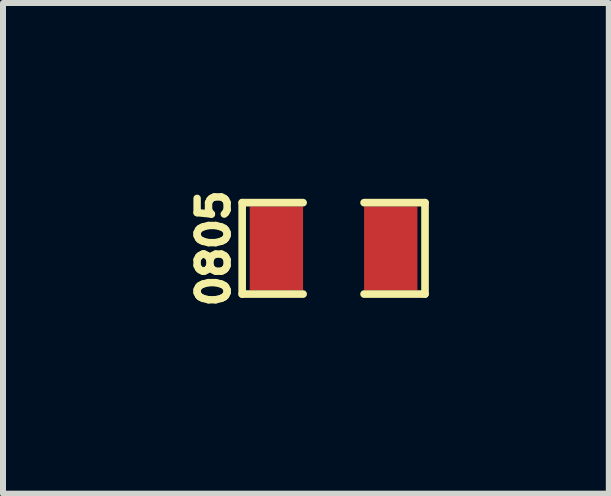
<source format=kicad_pcb>
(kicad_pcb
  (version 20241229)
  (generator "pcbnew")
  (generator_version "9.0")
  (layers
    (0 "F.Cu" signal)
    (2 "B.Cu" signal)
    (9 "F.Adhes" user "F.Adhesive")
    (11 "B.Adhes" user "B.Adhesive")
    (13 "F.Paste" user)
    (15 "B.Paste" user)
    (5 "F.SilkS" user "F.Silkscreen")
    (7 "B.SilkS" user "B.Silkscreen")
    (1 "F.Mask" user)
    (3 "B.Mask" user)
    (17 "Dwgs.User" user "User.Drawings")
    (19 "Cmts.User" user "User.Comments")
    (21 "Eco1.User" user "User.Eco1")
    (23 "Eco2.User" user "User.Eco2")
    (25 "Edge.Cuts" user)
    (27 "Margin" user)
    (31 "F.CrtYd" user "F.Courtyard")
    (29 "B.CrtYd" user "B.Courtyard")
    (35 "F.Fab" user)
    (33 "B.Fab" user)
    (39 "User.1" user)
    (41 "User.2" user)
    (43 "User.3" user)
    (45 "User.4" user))
  (footprint "0805"
    (layer "F.Cu")
    (at 2.511 1.09)
    (property "Reference" "0805" (at -2 0 90) (layer "F.SilkS") (effects (font (size 0.5 0.5) (thickness 0.124))))
    (attr smd)
    (fp_line (start -1.524 -0.762) (end -0.508 -0.762) (stroke (width 0.127) (type solid)) (layer "F.SilkS"))
    (fp_line (start -1.524 0.762) (end -1.524 -0.762) (stroke (width 0.127) (type solid)) (layer "F.SilkS"))
    (fp_line (start -0.508 0.762) (end -1.524 0.762) (stroke (width 0.127) (type solid)) (layer "F.SilkS"))
    (fp_line (start 0.508 -0.762) (end 1.524 -0.762) (stroke (width 0.127) (type solid)) (layer "F.SilkS"))
    (fp_line (start 1.524 -0.762) (end 1.524 0.762) (stroke (width 0.127) (type solid)) (layer "F.SilkS"))
    (fp_line (start 1.524 0.762) (end 0.508 0.762) (stroke (width 0.127) (type solid)) (layer "F.SilkS"))
    (pad "1" smd rect (at -0.953 0) (size 0.889 1.397) (layers "F.Cu" "F.Mask" "F.Paste"))
    (pad "2" smd rect (at 0.953 0) (size 0.889 1.397) (layers "F.Cu" "F.Mask" "F.Paste")))
  (gr_rect
    (start -3 -3)
    (end 7.099 5.18)
    (stroke (width 0.1) (type default))
    (fill no)
    (layer "Edge.Cuts")))
</source>
